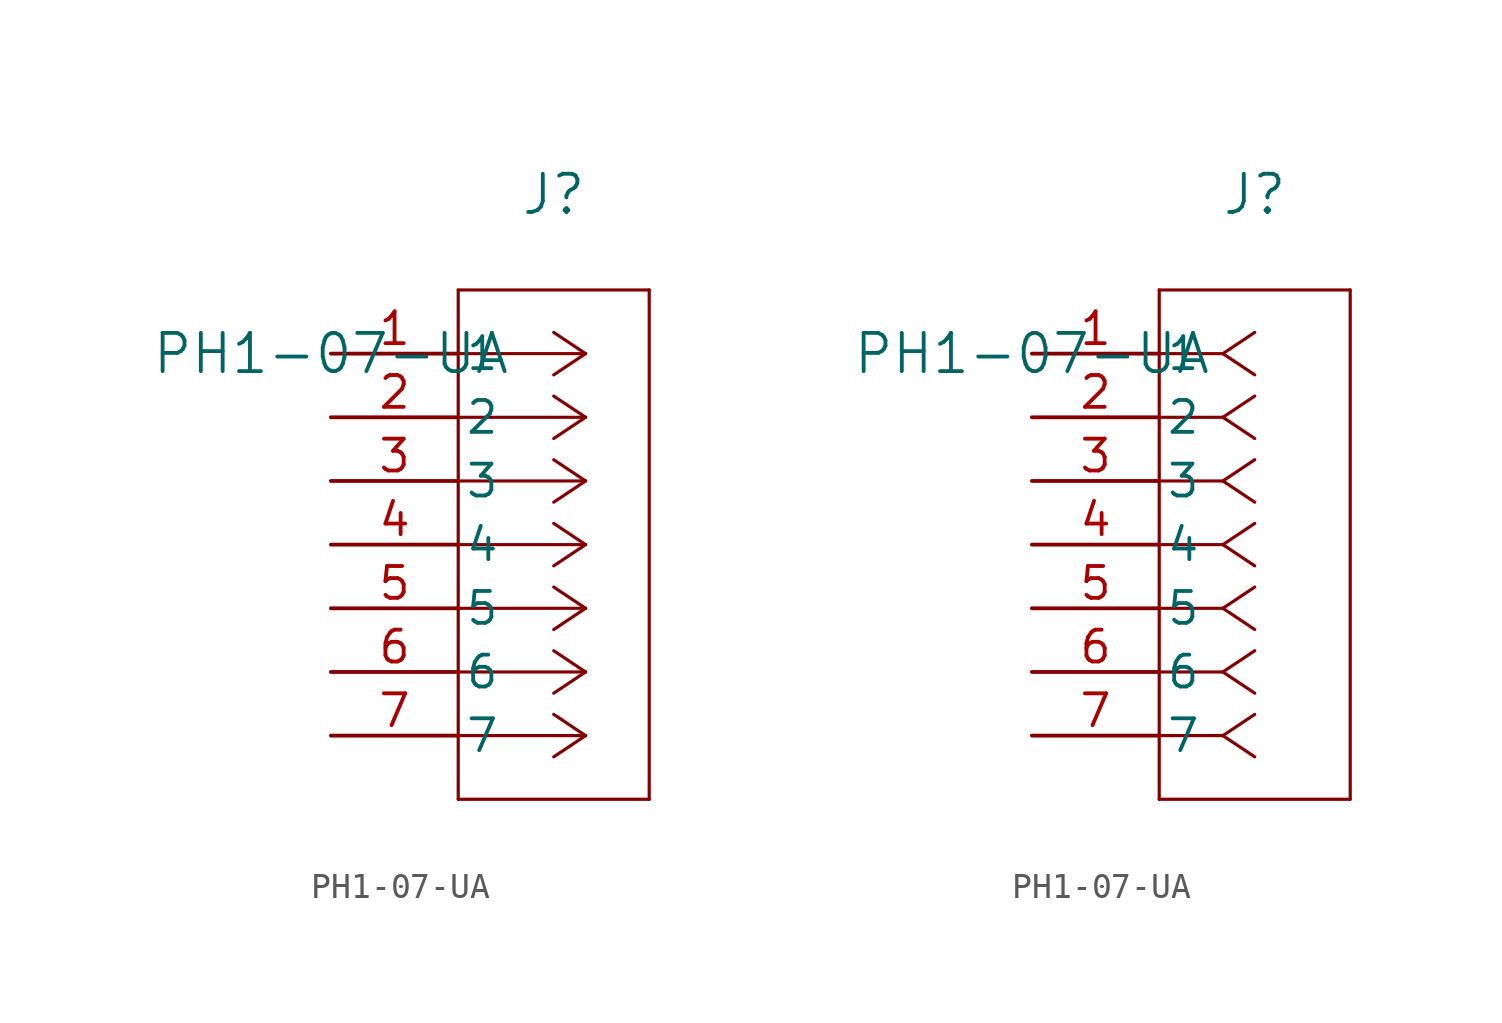
<source format=kicad_sym>
(kicad_symbol_lib
  (version 20211014)
  (generator kicad_symbol_editor)
  (symbol "PH1-07-UA"
    (pin_names
      (offset 0.254))
    (property "Reference" "J"
      (at 8.89 6.35 0)
      (effects (font (size 1.524 1.524))))
    (property "Value" "PH1-07-UA"
      (at 0 0 0)
      (effects (font (size 1.524 1.524))))
    (symbol "PH1-07-UA_1_1"
      (polyline (pts (xy 10.16 0) (xy 5.08 0)) (stroke (width 0.127) (type default) (color 0 0 0 0)) (fill (type none)))
      (polyline (pts (xy 10.16 -2.54) (xy 5.08 -2.54)) (stroke (width 0.127) (type default) (color 0 0 0 0)) (fill (type none)))
      (polyline (pts (xy 10.16 -5.08) (xy 5.08 -5.08)) (stroke (width 0.127) (type default) (color 0 0 0 0)) (fill (type none)))
      (polyline (pts (xy 10.16 -7.62) (xy 5.08 -7.62)) (stroke (width 0.127) (type default) (color 0 0 0 0)) (fill (type none)))
      (polyline (pts (xy 10.16 -10.16) (xy 5.08 -10.16)) (stroke (width 0.127) (type default) (color 0 0 0 0)) (fill (type none)))
      (polyline (pts (xy 10.16 -12.7) (xy 5.08 -12.7)) (stroke (width 0.127) (type default) (color 0 0 0 0)) (fill (type none)))
      (polyline (pts (xy 10.16 -15.24) (xy 5.08 -15.24)) (stroke (width 0.127) (type default) (color 0 0 0 0)) (fill (type none)))
      (polyline (pts (xy 10.16 0) (xy 8.89 0.847)) (stroke (width 0.127) (type default) (color 0 0 0 0)) (fill (type none)))
      (polyline (pts (xy 10.16 -2.54) (xy 8.89 -1.693)) (stroke (width 0.127) (type default) (color 0 0 0 0)) (fill (type none)))
      (polyline (pts (xy 10.16 -5.08) (xy 8.89 -4.233)) (stroke (width 0.127) (type default) (color 0 0 0 0)) (fill (type none)))
      (polyline (pts (xy 10.16 -7.62) (xy 8.89 -6.773)) (stroke (width 0.127) (type default) (color 0 0 0 0)) (fill (type none)))
      (polyline (pts (xy 10.16 -10.16) (xy 8.89 -9.313)) (stroke (width 0.127) (type default) (color 0 0 0 0)) (fill (type none)))
      (polyline (pts (xy 10.16 -12.7) (xy 8.89 -11.853)) (stroke (width 0.127) (type default) (color 0 0 0 0)) (fill (type none)))
      (polyline (pts (xy 10.16 -15.24) (xy 8.89 -14.393)) (stroke (width 0.127) (type default) (color 0 0 0 0)) (fill (type none)))
      (polyline (pts (xy 10.16 0) (xy 8.89 -0.847)) (stroke (width 0.127) (type default) (color 0 0 0 0)) (fill (type none)))
      (polyline (pts (xy 10.16 -2.54) (xy 8.89 -3.387)) (stroke (width 0.127) (type default) (color 0 0 0 0)) (fill (type none)))
      (polyline (pts (xy 10.16 -5.08) (xy 8.89 -5.927)) (stroke (width 0.127) (type default) (color 0 0 0 0)) (fill (type none)))
      (polyline (pts (xy 10.16 -7.62) (xy 8.89 -8.467)) (stroke (width 0.127) (type default) (color 0 0 0 0)) (fill (type none)))
      (polyline (pts (xy 10.16 -10.16) (xy 8.89 -11.007)) (stroke (width 0.127) (type default) (color 0 0 0 0)) (fill (type none)))
      (polyline (pts (xy 10.16 -12.7) (xy 8.89 -13.547)) (stroke (width 0.127) (type default) (color 0 0 0 0)) (fill (type none)))
      (polyline (pts (xy 10.16 -15.24) (xy 8.89 -16.087)) (stroke (width 0.127) (type default) (color 0 0 0 0)) (fill (type none)))
      (polyline (pts (xy 5.08 2.54) (xy 5.08 -17.78)) (stroke (width 0.127) (type default) (color 0 0 0 0)) (fill (type none)))
      (polyline (pts (xy 5.08 -17.78) (xy 12.7 -17.78)) (stroke (width 0.127) (type default) (color 0 0 0 0)) (fill (type none)))
      (polyline (pts (xy 12.7 -17.78) (xy 12.7 2.54)) (stroke (width 0.127) (type default) (color 0 0 0 0)) (fill (type none)))
      (polyline (pts (xy 12.7 2.54) (xy 5.08 2.54)) (stroke (width 0.127) (type default) (color 0 0 0 0)) (fill (type none)))
      (pin unspecified line (at 0 0 0) (length 5.08) (name "1" (effects (font (size 1.27 1.27)))) (number "1" (effects (font (size 1.27 1.27)))))
      (pin unspecified line (at 0 -2.54 0) (length 5.08) (name "2" (effects (font (size 1.27 1.27)))) (number "2" (effects (font (size 1.27 1.27)))))
      (pin unspecified line (at 0 -5.08 0) (length 5.08) (name "3" (effects (font (size 1.27 1.27)))) (number "3" (effects (font (size 1.27 1.27)))))
      (pin unspecified line (at 0 -7.62 0) (length 5.08) (name "4" (effects (font (size 1.27 1.27)))) (number "4" (effects (font (size 1.27 1.27)))))
      (pin unspecified line (at 0 -10.16 0) (length 5.08) (name "5" (effects (font (size 1.27 1.27)))) (number "5" (effects (font (size 1.27 1.27)))))
      (pin unspecified line (at 0 -12.7 0) (length 5.08) (name "6" (effects (font (size 1.27 1.27)))) (number "6" (effects (font (size 1.27 1.27)))))
      (pin unspecified line (at 0 -15.24 0) (length 5.08) (name "7" (effects (font (size 1.27 1.27)))) (number "7" (effects (font (size 1.27 1.27))))))
    (symbol "PH1-07-UA_1_2"
      (polyline (pts (xy 7.62 0) (xy 5.08 0)) (stroke (width 0.127) (type default) (color 0 0 0 0)) (fill (type none)))
      (polyline (pts (xy 7.62 -2.54) (xy 5.08 -2.54)) (stroke (width 0.127) (type default) (color 0 0 0 0)) (fill (type none)))
      (polyline (pts (xy 7.62 -5.08) (xy 5.08 -5.08)) (stroke (width 0.127) (type default) (color 0 0 0 0)) (fill (type none)))
      (polyline (pts (xy 7.62 -7.62) (xy 5.08 -7.62)) (stroke (width 0.127) (type default) (color 0 0 0 0)) (fill (type none)))
      (polyline (pts (xy 7.62 -10.16) (xy 5.08 -10.16)) (stroke (width 0.127) (type default) (color 0 0 0 0)) (fill (type none)))
      (polyline (pts (xy 7.62 -12.7) (xy 5.08 -12.7)) (stroke (width 0.127) (type default) (color 0 0 0 0)) (fill (type none)))
      (polyline (pts (xy 7.62 -15.24) (xy 5.08 -15.24)) (stroke (width 0.127) (type default) (color 0 0 0 0)) (fill (type none)))
      (polyline (pts (xy 7.62 0) (xy 8.89 0.847)) (stroke (width 0.127) (type default) (color 0 0 0 0)) (fill (type none)))
      (polyline (pts (xy 7.62 -2.54) (xy 8.89 -1.693)) (stroke (width 0.127) (type default) (color 0 0 0 0)) (fill (type none)))
      (polyline (pts (xy 7.62 -5.08) (xy 8.89 -4.233)) (stroke (width 0.127) (type default) (color 0 0 0 0)) (fill (type none)))
      (polyline (pts (xy 7.62 -7.62) (xy 8.89 -6.773)) (stroke (width 0.127) (type default) (color 0 0 0 0)) (fill (type none)))
      (polyline (pts (xy 7.62 -10.16) (xy 8.89 -9.313)) (stroke (width 0.127) (type default) (color 0 0 0 0)) (fill (type none)))
      (polyline (pts (xy 7.62 -12.7) (xy 8.89 -11.853)) (stroke (width 0.127) (type default) (color 0 0 0 0)) (fill (type none)))
      (polyline (pts (xy 7.62 -15.24) (xy 8.89 -14.393)) (stroke (width 0.127) (type default) (color 0 0 0 0)) (fill (type none)))
      (polyline (pts (xy 7.62 0) (xy 8.89 -0.847)) (stroke (width 0.127) (type default) (color 0 0 0 0)) (fill (type none)))
      (polyline (pts (xy 7.62 -2.54) (xy 8.89 -3.387)) (stroke (width 0.127) (type default) (color 0 0 0 0)) (fill (type none)))
      (polyline (pts (xy 7.62 -5.08) (xy 8.89 -5.927)) (stroke (width 0.127) (type default) (color 0 0 0 0)) (fill (type none)))
      (polyline (pts (xy 7.62 -7.62) (xy 8.89 -8.467)) (stroke (width 0.127) (type default) (color 0 0 0 0)) (fill (type none)))
      (polyline (pts (xy 7.62 -10.16) (xy 8.89 -11.007)) (stroke (width 0.127) (type default) (color 0 0 0 0)) (fill (type none)))
      (polyline (pts (xy 7.62 -12.7) (xy 8.89 -13.547)) (stroke (width 0.127) (type default) (color 0 0 0 0)) (fill (type none)))
      (polyline (pts (xy 7.62 -15.24) (xy 8.89 -16.087)) (stroke (width 0.127) (type default) (color 0 0 0 0)) (fill (type none)))
      (polyline (pts (xy 5.08 2.54) (xy 5.08 -17.78)) (stroke (width 0.127) (type default) (color 0 0 0 0)) (fill (type none)))
      (polyline (pts (xy 5.08 -17.78) (xy 12.7 -17.78)) (stroke (width 0.127) (type default) (color 0 0 0 0)) (fill (type none)))
      (polyline (pts (xy 12.7 -17.78) (xy 12.7 2.54)) (stroke (width 0.127) (type default) (color 0 0 0 0)) (fill (type none)))
      (polyline (pts (xy 12.7 2.54) (xy 5.08 2.54)) (stroke (width 0.127) (type default) (color 0 0 0 0)) (fill (type none)))
      (pin unspecified line (at 0 0 0) (length 5.08) (name "1" (effects (font (size 1.27 1.27)))) (number "1" (effects (font (size 1.27 1.27)))))
      (pin unspecified line (at 0 -2.54 0) (length 5.08) (name "2" (effects (font (size 1.27 1.27)))) (number "2" (effects (font (size 1.27 1.27)))))
      (pin unspecified line (at 0 -5.08 0) (length 5.08) (name "3" (effects (font (size 1.27 1.27)))) (number "3" (effects (font (size 1.27 1.27)))))
      (pin unspecified line (at 0 -7.62 0) (length 5.08) (name "4" (effects (font (size 1.27 1.27)))) (number "4" (effects (font (size 1.27 1.27)))))
      (pin unspecified line (at 0 -10.16 0) (length 5.08) (name "5" (effects (font (size 1.27 1.27)))) (number "5" (effects (font (size 1.27 1.27)))))
      (pin unspecified line (at 0 -12.7 0) (length 5.08) (name "6" (effects (font (size 1.27 1.27)))) (number "6" (effects (font (size 1.27 1.27)))))
      (pin unspecified line (at 0 -15.24 0) (length 5.08) (name "7" (effects (font (size 1.27 1.27)))) (number "7" (effects (font (size 1.27 1.27))))))))
</source>
